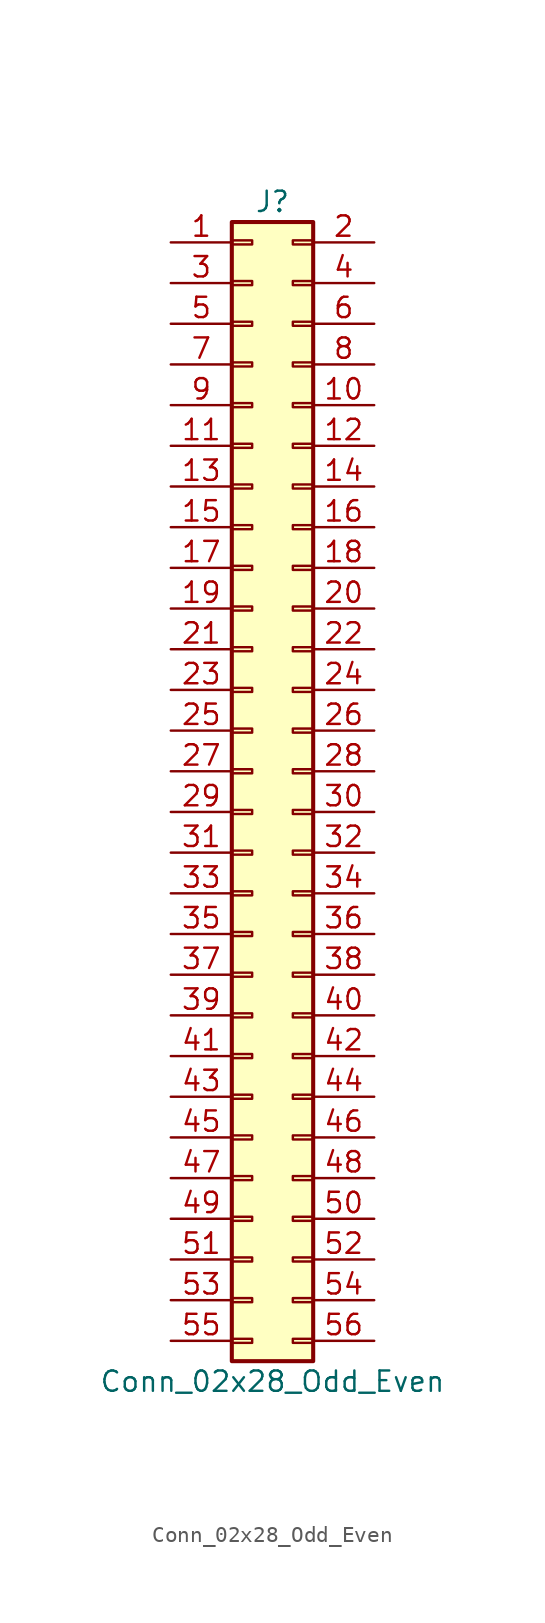
<source format=kicad_sym>
(kicad_symbol_lib
  (version 20220914)
  (generator kicad_symbol_editor)
  (symbol "Conn_02x28_Odd_Even"
    (pin_names
      (offset 1.016) hide)
    (property "Reference" "J"
      (at 1.27 35.56 0)
      (effects (font (size 1.27 1.27))))
    (property "Value" "Conn_02x28_Odd_Even"
      (at 1.27 -38.1 0)
      (effects (font (size 1.27 1.27))))
    (symbol "Conn_02x28_Odd_Even_1_1"
      (rectangle (start -1.27 -35.433) (end 0 -35.687) (stroke (width 0.152) (type default)) (fill (type none)))
      (rectangle (start -1.27 -32.893) (end 0 -33.147) (stroke (width 0.152) (type default)) (fill (type none)))
      (rectangle (start -1.27 -30.353) (end 0 -30.607) (stroke (width 0.152) (type default)) (fill (type none)))
      (rectangle (start -1.27 -27.813) (end 0 -28.067) (stroke (width 0.152) (type default)) (fill (type none)))
      (rectangle (start -1.27 -25.273) (end 0 -25.527) (stroke (width 0.152) (type default)) (fill (type none)))
      (rectangle (start -1.27 -22.733) (end 0 -22.987) (stroke (width 0.152) (type default)) (fill (type none)))
      (rectangle (start -1.27 -20.193) (end 0 -20.447) (stroke (width 0.152) (type default)) (fill (type none)))
      (rectangle (start -1.27 -17.653) (end 0 -17.907) (stroke (width 0.152) (type default)) (fill (type none)))
      (rectangle (start -1.27 -15.113) (end 0 -15.367) (stroke (width 0.152) (type default)) (fill (type none)))
      (rectangle (start -1.27 -12.573) (end 0 -12.827) (stroke (width 0.152) (type default)) (fill (type none)))
      (rectangle (start -1.27 -10.033) (end 0 -10.287) (stroke (width 0.152) (type default)) (fill (type none)))
      (rectangle (start -1.27 -7.493) (end 0 -7.747) (stroke (width 0.152) (type default)) (fill (type none)))
      (rectangle (start -1.27 -4.953) (end 0 -5.207) (stroke (width 0.152) (type default)) (fill (type none)))
      (rectangle (start -1.27 -2.413) (end 0 -2.667) (stroke (width 0.152) (type default)) (fill (type none)))
      (rectangle (start -1.27 0.127) (end 0 -0.127) (stroke (width 0.152) (type default)) (fill (type none)))
      (rectangle (start -1.27 2.667) (end 0 2.413) (stroke (width 0.152) (type default)) (fill (type none)))
      (rectangle (start -1.27 5.207) (end 0 4.953) (stroke (width 0.152) (type default)) (fill (type none)))
      (rectangle (start -1.27 7.747) (end 0 7.493) (stroke (width 0.152) (type default)) (fill (type none)))
      (rectangle (start -1.27 10.287) (end 0 10.033) (stroke (width 0.152) (type default)) (fill (type none)))
      (rectangle (start -1.27 12.827) (end 0 12.573) (stroke (width 0.152) (type default)) (fill (type none)))
      (rectangle (start -1.27 15.367) (end 0 15.113) (stroke (width 0.152) (type default)) (fill (type none)))
      (rectangle (start -1.27 17.907) (end 0 17.653) (stroke (width 0.152) (type default)) (fill (type none)))
      (rectangle (start -1.27 20.447) (end 0 20.193) (stroke (width 0.152) (type default)) (fill (type none)))
      (rectangle (start -1.27 22.987) (end 0 22.733) (stroke (width 0.152) (type default)) (fill (type none)))
      (rectangle (start -1.27 25.527) (end 0 25.273) (stroke (width 0.152) (type default)) (fill (type none)))
      (rectangle (start -1.27 28.067) (end 0 27.813) (stroke (width 0.152) (type default)) (fill (type none)))
      (rectangle (start -1.27 30.607) (end 0 30.353) (stroke (width 0.152) (type default)) (fill (type none)))
      (rectangle (start -1.27 33.147) (end 0 32.893) (stroke (width 0.152) (type default)) (fill (type none)))
      (rectangle (start -1.27 34.29) (end 3.81 -36.83) (stroke (width 0.254) (type default)) (fill (type background)))
      (rectangle (start 3.81 -35.433) (end 2.54 -35.687) (stroke (width 0.152) (type default)) (fill (type none)))
      (rectangle (start 3.81 -32.893) (end 2.54 -33.147) (stroke (width 0.152) (type default)) (fill (type none)))
      (rectangle (start 3.81 -30.353) (end 2.54 -30.607) (stroke (width 0.152) (type default)) (fill (type none)))
      (rectangle (start 3.81 -27.813) (end 2.54 -28.067) (stroke (width 0.152) (type default)) (fill (type none)))
      (rectangle (start 3.81 -25.273) (end 2.54 -25.527) (stroke (width 0.152) (type default)) (fill (type none)))
      (rectangle (start 3.81 -22.733) (end 2.54 -22.987) (stroke (width 0.152) (type default)) (fill (type none)))
      (rectangle (start 3.81 -20.193) (end 2.54 -20.447) (stroke (width 0.152) (type default)) (fill (type none)))
      (rectangle (start 3.81 -17.653) (end 2.54 -17.907) (stroke (width 0.152) (type default)) (fill (type none)))
      (rectangle (start 3.81 -15.113) (end 2.54 -15.367) (stroke (width 0.152) (type default)) (fill (type none)))
      (rectangle (start 3.81 -12.573) (end 2.54 -12.827) (stroke (width 0.152) (type default)) (fill (type none)))
      (rectangle (start 3.81 -10.033) (end 2.54 -10.287) (stroke (width 0.152) (type default)) (fill (type none)))
      (rectangle (start 3.81 -7.493) (end 2.54 -7.747) (stroke (width 0.152) (type default)) (fill (type none)))
      (rectangle (start 3.81 -4.953) (end 2.54 -5.207) (stroke (width 0.152) (type default)) (fill (type none)))
      (rectangle (start 3.81 -2.413) (end 2.54 -2.667) (stroke (width 0.152) (type default)) (fill (type none)))
      (rectangle (start 3.81 0.127) (end 2.54 -0.127) (stroke (width 0.152) (type default)) (fill (type none)))
      (rectangle (start 3.81 2.667) (end 2.54 2.413) (stroke (width 0.152) (type default)) (fill (type none)))
      (rectangle (start 3.81 5.207) (end 2.54 4.953) (stroke (width 0.152) (type default)) (fill (type none)))
      (rectangle (start 3.81 7.747) (end 2.54 7.493) (stroke (width 0.152) (type default)) (fill (type none)))
      (rectangle (start 3.81 10.287) (end 2.54 10.033) (stroke (width 0.152) (type default)) (fill (type none)))
      (rectangle (start 3.81 12.827) (end 2.54 12.573) (stroke (width 0.152) (type default)) (fill (type none)))
      (rectangle (start 3.81 15.367) (end 2.54 15.113) (stroke (width 0.152) (type default)) (fill (type none)))
      (rectangle (start 3.81 17.907) (end 2.54 17.653) (stroke (width 0.152) (type default)) (fill (type none)))
      (rectangle (start 3.81 20.447) (end 2.54 20.193) (stroke (width 0.152) (type default)) (fill (type none)))
      (rectangle (start 3.81 22.987) (end 2.54 22.733) (stroke (width 0.152) (type default)) (fill (type none)))
      (rectangle (start 3.81 25.527) (end 2.54 25.273) (stroke (width 0.152) (type default)) (fill (type none)))
      (rectangle (start 3.81 28.067) (end 2.54 27.813) (stroke (width 0.152) (type default)) (fill (type none)))
      (rectangle (start 3.81 30.607) (end 2.54 30.353) (stroke (width 0.152) (type default)) (fill (type none)))
      (rectangle (start 3.81 33.147) (end 2.54 32.893) (stroke (width 0.152) (type default)) (fill (type none)))
      (pin passive line (at -5.08 33.02 0) (length 3.81) (name "Pin_1" (effects (font (size 1.27 1.27)))) (number "1" (effects (font (size 1.27 1.27)))))
      (pin passive line (at 7.62 22.86 180) (length 3.81) (name "Pin_10" (effects (font (size 1.27 1.27)))) (number "10" (effects (font (size 1.27 1.27)))))
      (pin passive line (at -5.08 20.32 0) (length 3.81) (name "Pin_11" (effects (font (size 1.27 1.27)))) (number "11" (effects (font (size 1.27 1.27)))))
      (pin passive line (at 7.62 20.32 180) (length 3.81) (name "Pin_12" (effects (font (size 1.27 1.27)))) (number "12" (effects (font (size 1.27 1.27)))))
      (pin passive line (at -5.08 17.78 0) (length 3.81) (name "Pin_13" (effects (font (size 1.27 1.27)))) (number "13" (effects (font (size 1.27 1.27)))))
      (pin passive line (at 7.62 17.78 180) (length 3.81) (name "Pin_14" (effects (font (size 1.27 1.27)))) (number "14" (effects (font (size 1.27 1.27)))))
      (pin passive line (at -5.08 15.24 0) (length 3.81) (name "Pin_15" (effects (font (size 1.27 1.27)))) (number "15" (effects (font (size 1.27 1.27)))))
      (pin passive line (at 7.62 15.24 180) (length 3.81) (name "Pin_16" (effects (font (size 1.27 1.27)))) (number "16" (effects (font (size 1.27 1.27)))))
      (pin passive line (at -5.08 12.7 0) (length 3.81) (name "Pin_17" (effects (font (size 1.27 1.27)))) (number "17" (effects (font (size 1.27 1.27)))))
      (pin passive line (at 7.62 12.7 180) (length 3.81) (name "Pin_18" (effects (font (size 1.27 1.27)))) (number "18" (effects (font (size 1.27 1.27)))))
      (pin passive line (at -5.08 10.16 0) (length 3.81) (name "Pin_19" (effects (font (size 1.27 1.27)))) (number "19" (effects (font (size 1.27 1.27)))))
      (pin passive line (at 7.62 33.02 180) (length 3.81) (name "Pin_2" (effects (font (size 1.27 1.27)))) (number "2" (effects (font (size 1.27 1.27)))))
      (pin passive line (at 7.62 10.16 180) (length 3.81) (name "Pin_20" (effects (font (size 1.27 1.27)))) (number "20" (effects (font (size 1.27 1.27)))))
      (pin passive line (at -5.08 7.62 0) (length 3.81) (name "Pin_21" (effects (font (size 1.27 1.27)))) (number "21" (effects (font (size 1.27 1.27)))))
      (pin passive line (at 7.62 7.62 180) (length 3.81) (name "Pin_22" (effects (font (size 1.27 1.27)))) (number "22" (effects (font (size 1.27 1.27)))))
      (pin passive line (at -5.08 5.08 0) (length 3.81) (name "Pin_23" (effects (font (size 1.27 1.27)))) (number "23" (effects (font (size 1.27 1.27)))))
      (pin passive line (at 7.62 5.08 180) (length 3.81) (name "Pin_24" (effects (font (size 1.27 1.27)))) (number "24" (effects (font (size 1.27 1.27)))))
      (pin passive line (at -5.08 2.54 0) (length 3.81) (name "Pin_25" (effects (font (size 1.27 1.27)))) (number "25" (effects (font (size 1.27 1.27)))))
      (pin passive line (at 7.62 2.54 180) (length 3.81) (name "Pin_26" (effects (font (size 1.27 1.27)))) (number "26" (effects (font (size 1.27 1.27)))))
      (pin passive line (at -5.08 0 0) (length 3.81) (name "Pin_27" (effects (font (size 1.27 1.27)))) (number "27" (effects (font (size 1.27 1.27)))))
      (pin passive line (at 7.62 0 180) (length 3.81) (name "Pin_28" (effects (font (size 1.27 1.27)))) (number "28" (effects (font (size 1.27 1.27)))))
      (pin passive line (at -5.08 -2.54 0) (length 3.81) (name "Pin_29" (effects (font (size 1.27 1.27)))) (number "29" (effects (font (size 1.27 1.27)))))
      (pin passive line (at -5.08 30.48 0) (length 3.81) (name "Pin_3" (effects (font (size 1.27 1.27)))) (number "3" (effects (font (size 1.27 1.27)))))
      (pin passive line (at 7.62 -2.54 180) (length 3.81) (name "Pin_30" (effects (font (size 1.27 1.27)))) (number "30" (effects (font (size 1.27 1.27)))))
      (pin passive line (at -5.08 -5.08 0) (length 3.81) (name "Pin_31" (effects (font (size 1.27 1.27)))) (number "31" (effects (font (size 1.27 1.27)))))
      (pin passive line (at 7.62 -5.08 180) (length 3.81) (name "Pin_32" (effects (font (size 1.27 1.27)))) (number "32" (effects (font (size 1.27 1.27)))))
      (pin passive line (at -5.08 -7.62 0) (length 3.81) (name "Pin_33" (effects (font (size 1.27 1.27)))) (number "33" (effects (font (size 1.27 1.27)))))
      (pin passive line (at 7.62 -7.62 180) (length 3.81) (name "Pin_34" (effects (font (size 1.27 1.27)))) (number "34" (effects (font (size 1.27 1.27)))))
      (pin passive line (at -5.08 -10.16 0) (length 3.81) (name "Pin_35" (effects (font (size 1.27 1.27)))) (number "35" (effects (font (size 1.27 1.27)))))
      (pin passive line (at 7.62 -10.16 180) (length 3.81) (name "Pin_36" (effects (font (size 1.27 1.27)))) (number "36" (effects (font (size 1.27 1.27)))))
      (pin passive line (at -5.08 -12.7 0) (length 3.81) (name "Pin_37" (effects (font (size 1.27 1.27)))) (number "37" (effects (font (size 1.27 1.27)))))
      (pin passive line (at 7.62 -12.7 180) (length 3.81) (name "Pin_38" (effects (font (size 1.27 1.27)))) (number "38" (effects (font (size 1.27 1.27)))))
      (pin passive line (at -5.08 -15.24 0) (length 3.81) (name "Pin_39" (effects (font (size 1.27 1.27)))) (number "39" (effects (font (size 1.27 1.27)))))
      (pin passive line (at 7.62 30.48 180) (length 3.81) (name "Pin_4" (effects (font (size 1.27 1.27)))) (number "4" (effects (font (size 1.27 1.27)))))
      (pin passive line (at 7.62 -15.24 180) (length 3.81) (name "Pin_40" (effects (font (size 1.27 1.27)))) (number "40" (effects (font (size 1.27 1.27)))))
      (pin passive line (at -5.08 -17.78 0) (length 3.81) (name "Pin_41" (effects (font (size 1.27 1.27)))) (number "41" (effects (font (size 1.27 1.27)))))
      (pin passive line (at 7.62 -17.78 180) (length 3.81) (name "Pin_42" (effects (font (size 1.27 1.27)))) (number "42" (effects (font (size 1.27 1.27)))))
      (pin passive line (at -5.08 -20.32 0) (length 3.81) (name "Pin_43" (effects (font (size 1.27 1.27)))) (number "43" (effects (font (size 1.27 1.27)))))
      (pin passive line (at 7.62 -20.32 180) (length 3.81) (name "Pin_44" (effects (font (size 1.27 1.27)))) (number "44" (effects (font (size 1.27 1.27)))))
      (pin passive line (at -5.08 -22.86 0) (length 3.81) (name "Pin_45" (effects (font (size 1.27 1.27)))) (number "45" (effects (font (size 1.27 1.27)))))
      (pin passive line (at 7.62 -22.86 180) (length 3.81) (name "Pin_46" (effects (font (size 1.27 1.27)))) (number "46" (effects (font (size 1.27 1.27)))))
      (pin passive line (at -5.08 -25.4 0) (length 3.81) (name "Pin_47" (effects (font (size 1.27 1.27)))) (number "47" (effects (font (size 1.27 1.27)))))
      (pin passive line (at 7.62 -25.4 180) (length 3.81) (name "Pin_48" (effects (font (size 1.27 1.27)))) (number "48" (effects (font (size 1.27 1.27)))))
      (pin passive line (at -5.08 -27.94 0) (length 3.81) (name "Pin_49" (effects (font (size 1.27 1.27)))) (number "49" (effects (font (size 1.27 1.27)))))
      (pin passive line (at -5.08 27.94 0) (length 3.81) (name "Pin_5" (effects (font (size 1.27 1.27)))) (number "5" (effects (font (size 1.27 1.27)))))
      (pin passive line (at 7.62 -27.94 180) (length 3.81) (name "Pin_50" (effects (font (size 1.27 1.27)))) (number "50" (effects (font (size 1.27 1.27)))))
      (pin passive line (at -5.08 -30.48 0) (length 3.81) (name "Pin_51" (effects (font (size 1.27 1.27)))) (number "51" (effects (font (size 1.27 1.27)))))
      (pin passive line (at 7.62 -30.48 180) (length 3.81) (name "Pin_52" (effects (font (size 1.27 1.27)))) (number "52" (effects (font (size 1.27 1.27)))))
      (pin passive line (at -5.08 -33.02 0) (length 3.81) (name "Pin_53" (effects (font (size 1.27 1.27)))) (number "53" (effects (font (size 1.27 1.27)))))
      (pin passive line (at 7.62 -33.02 180) (length 3.81) (name "Pin_54" (effects (font (size 1.27 1.27)))) (number "54" (effects (font (size 1.27 1.27)))))
      (pin passive line (at -5.08 -35.56 0) (length 3.81) (name "Pin_55" (effects (font (size 1.27 1.27)))) (number "55" (effects (font (size 1.27 1.27)))))
      (pin passive line (at 7.62 -35.56 180) (length 3.81) (name "Pin_56" (effects (font (size 1.27 1.27)))) (number "56" (effects (font (size 1.27 1.27)))))
      (pin passive line (at 7.62 27.94 180) (length 3.81) (name "Pin_6" (effects (font (size 1.27 1.27)))) (number "6" (effects (font (size 1.27 1.27)))))
      (pin passive line (at -5.08 25.4 0) (length 3.81) (name "Pin_7" (effects (font (size 1.27 1.27)))) (number "7" (effects (font (size 1.27 1.27)))))
      (pin passive line (at 7.62 25.4 180) (length 3.81) (name "Pin_8" (effects (font (size 1.27 1.27)))) (number "8" (effects (font (size 1.27 1.27)))))
      (pin passive line (at -5.08 22.86 0) (length 3.81) (name "Pin_9" (effects (font (size 1.27 1.27)))) (number "9" (effects (font (size 1.27 1.27))))))))
</source>
